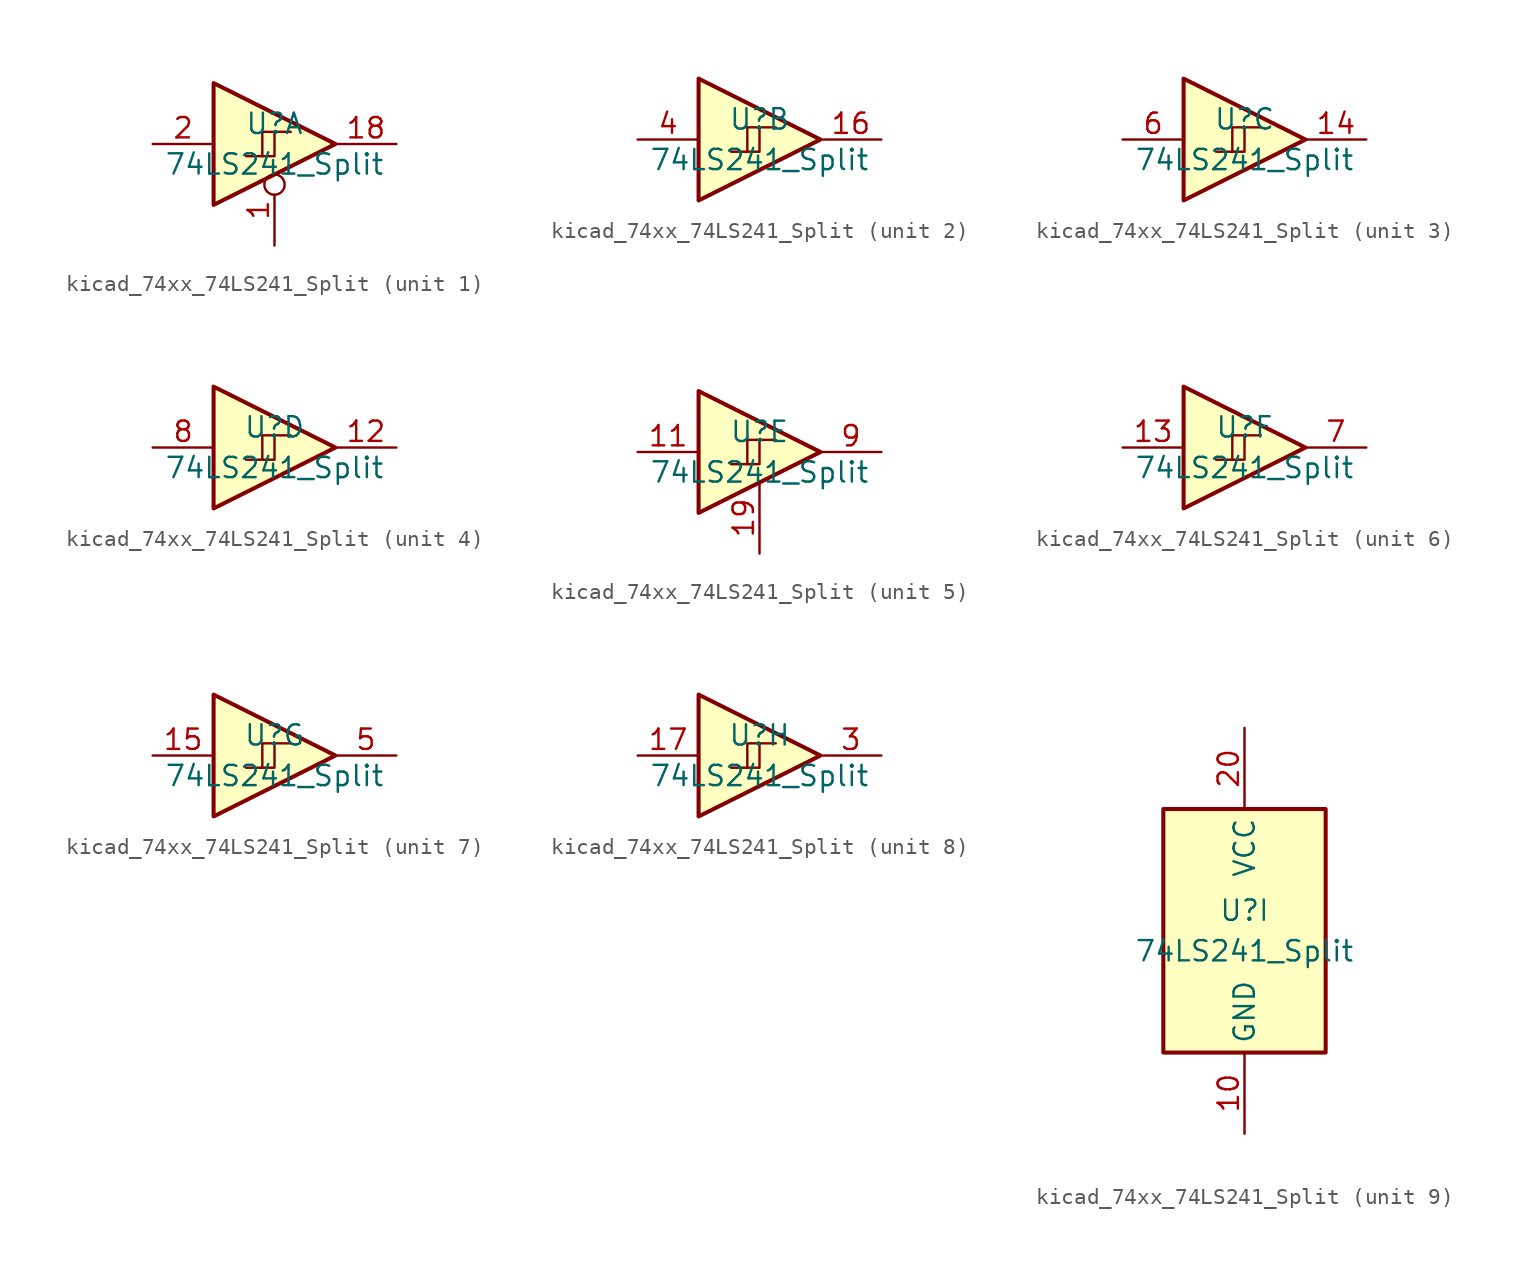
<source format=kicad_sym>
(kicad_symbol_lib
  (version 20220914)
  (generator kicad_symbol_editor)
  (symbol "kicad_74xx_74LS241_Split"
    (property "Reference" "U"
      (at 0 1.27 0)
      (effects (font (size 1.27 1.27))))
    (property "Value" "74LS241_Split"
      (at 0 -1.27 0)
      (effects (font (size 1.27 1.27))))
    (property "ki_locked" ""
      (at 0 0 0)
      (effects (font (size 1.27 1.27))))
    (symbol "kicad_74xx_74LS241_Split_1_0"
      (polyline (pts (xy -3.81 3.81) (xy -3.81 -3.81) (xy 3.81 0) (xy -3.81 3.81)) (stroke (width 0.254) (type default)) (fill (type background)))
      (pin input inverted (at 0 -6.35 90) (length 4.445) (name "~" (effects (font (size 1.27 1.27)))) (number "1" (effects (font (size 1.27 1.27)))))
      (pin tri_state line (at 7.62 0 180) (length 3.81) (name "~" (effects (font (size 1.27 1.27)))) (number "18" (effects (font (size 1.27 1.27)))))
      (pin input line (at -7.62 0 0) (length 3.81) (name "~" (effects (font (size 1.27 1.27)))) (number "2" (effects (font (size 1.27 1.27))))))
    (symbol "kicad_74xx_74LS241_Split_1_1"
      (polyline (pts (xy 0 0.762) (xy 0 -0.762) (xy -1.778 -0.762)) (stroke (width 0) (type default)) (fill (type none)))
      (polyline (pts (xy 1.016 0.762) (xy -0.762 0.762) (xy -0.762 -0.762)) (stroke (width 0) (type default)) (fill (type none))))
    (symbol "kicad_74xx_74LS241_Split_2_0"
      (polyline (pts (xy -3.81 3.81) (xy -3.81 -3.81) (xy 3.81 0) (xy -3.81 3.81)) (stroke (width 0.254) (type default)) (fill (type background)))
      (pin tri_state line (at 7.62 0 180) (length 3.81) (name "~" (effects (font (size 1.27 1.27)))) (number "16" (effects (font (size 1.27 1.27)))))
      (pin input line (at -7.62 0 0) (length 3.81) (name "~" (effects (font (size 1.27 1.27)))) (number "4" (effects (font (size 1.27 1.27))))))
    (symbol "kicad_74xx_74LS241_Split_2_1"
      (polyline (pts (xy 0 0.762) (xy 0 -0.762) (xy -1.778 -0.762)) (stroke (width 0) (type default)) (fill (type none)))
      (polyline (pts (xy 1.016 0.762) (xy -0.762 0.762) (xy -0.762 -0.762)) (stroke (width 0) (type default)) (fill (type none))))
    (symbol "kicad_74xx_74LS241_Split_3_0"
      (polyline (pts (xy -3.81 3.81) (xy -3.81 -3.81) (xy 3.81 0) (xy -3.81 3.81)) (stroke (width 0.254) (type default)) (fill (type background)))
      (pin tri_state line (at 7.62 0 180) (length 3.81) (name "~" (effects (font (size 1.27 1.27)))) (number "14" (effects (font (size 1.27 1.27)))))
      (pin input line (at -7.62 0 0) (length 3.81) (name "~" (effects (font (size 1.27 1.27)))) (number "6" (effects (font (size 1.27 1.27))))))
    (symbol "kicad_74xx_74LS241_Split_3_1"
      (polyline (pts (xy 0 0.762) (xy 0 -0.762) (xy -1.778 -0.762)) (stroke (width 0) (type default)) (fill (type none)))
      (polyline (pts (xy 1.016 0.762) (xy -0.762 0.762) (xy -0.762 -0.762)) (stroke (width 0) (type default)) (fill (type none))))
    (symbol "kicad_74xx_74LS241_Split_4_0"
      (polyline (pts (xy -3.81 3.81) (xy -3.81 -3.81) (xy 3.81 0) (xy -3.81 3.81)) (stroke (width 0.254) (type default)) (fill (type background)))
      (pin tri_state line (at 7.62 0 180) (length 3.81) (name "~" (effects (font (size 1.27 1.27)))) (number "12" (effects (font (size 1.27 1.27)))))
      (pin input line (at -7.62 0 0) (length 3.81) (name "~" (effects (font (size 1.27 1.27)))) (number "8" (effects (font (size 1.27 1.27))))))
    (symbol "kicad_74xx_74LS241_Split_4_1"
      (polyline (pts (xy 0 0.762) (xy 0 -0.762) (xy -1.778 -0.762)) (stroke (width 0) (type default)) (fill (type none)))
      (polyline (pts (xy 1.016 0.762) (xy -0.762 0.762) (xy -0.762 -0.762)) (stroke (width 0) (type default)) (fill (type none))))
    (symbol "kicad_74xx_74LS241_Split_5_0"
      (polyline (pts (xy -3.81 3.81) (xy -3.81 -3.81) (xy 3.81 0) (xy -3.81 3.81)) (stroke (width 0.254) (type default)) (fill (type background)))
      (pin input line (at -7.62 0 0) (length 3.81) (name "~" (effects (font (size 1.27 1.27)))) (number "11" (effects (font (size 1.27 1.27)))))
      (pin input line (at 0 -6.35 90) (length 4.445) (name "~" (effects (font (size 1.27 1.27)))) (number "19" (effects (font (size 1.27 1.27)))))
      (pin tri_state line (at 7.62 0 180) (length 3.81) (name "~" (effects (font (size 1.27 1.27)))) (number "9" (effects (font (size 1.27 1.27))))))
    (symbol "kicad_74xx_74LS241_Split_5_1"
      (polyline (pts (xy 0 0.762) (xy 0 -0.762) (xy -1.778 -0.762)) (stroke (width 0) (type default)) (fill (type none)))
      (polyline (pts (xy 1.016 0.762) (xy -0.762 0.762) (xy -0.762 -0.762)) (stroke (width 0) (type default)) (fill (type none))))
    (symbol "kicad_74xx_74LS241_Split_6_0"
      (polyline (pts (xy -3.81 3.81) (xy -3.81 -3.81) (xy 3.81 0) (xy -3.81 3.81)) (stroke (width 0.254) (type default)) (fill (type background)))
      (pin input line (at -7.62 0 0) (length 3.81) (name "~" (effects (font (size 1.27 1.27)))) (number "13" (effects (font (size 1.27 1.27)))))
      (pin tri_state line (at 7.62 0 180) (length 3.81) (name "~" (effects (font (size 1.27 1.27)))) (number "7" (effects (font (size 1.27 1.27))))))
    (symbol "kicad_74xx_74LS241_Split_6_1"
      (polyline (pts (xy 0 0.762) (xy 0 -0.762) (xy -1.778 -0.762)) (stroke (width 0) (type default)) (fill (type none)))
      (polyline (pts (xy 1.016 0.762) (xy -0.762 0.762) (xy -0.762 -0.762)) (stroke (width 0) (type default)) (fill (type none))))
    (symbol "kicad_74xx_74LS241_Split_7_0"
      (polyline (pts (xy -3.81 3.81) (xy -3.81 -3.81) (xy 3.81 0) (xy -3.81 3.81)) (stroke (width 0.254) (type default)) (fill (type background)))
      (pin input line (at -7.62 0 0) (length 3.81) (name "~" (effects (font (size 1.27 1.27)))) (number "15" (effects (font (size 1.27 1.27)))))
      (pin tri_state line (at 7.62 0 180) (length 3.81) (name "~" (effects (font (size 1.27 1.27)))) (number "5" (effects (font (size 1.27 1.27))))))
    (symbol "kicad_74xx_74LS241_Split_7_1"
      (polyline (pts (xy 0 0.762) (xy 0 -0.762) (xy -1.778 -0.762)) (stroke (width 0) (type default)) (fill (type none)))
      (polyline (pts (xy 1.016 0.762) (xy -0.762 0.762) (xy -0.762 -0.762)) (stroke (width 0) (type default)) (fill (type none))))
    (symbol "kicad_74xx_74LS241_Split_8_0"
      (polyline (pts (xy -3.81 3.81) (xy -3.81 -3.81) (xy 3.81 0) (xy -3.81 3.81)) (stroke (width 0.254) (type default)) (fill (type background)))
      (pin input line (at -7.62 0 0) (length 3.81) (name "~" (effects (font (size 1.27 1.27)))) (number "17" (effects (font (size 1.27 1.27)))))
      (pin tri_state line (at 7.62 0 180) (length 3.81) (name "~" (effects (font (size 1.27 1.27)))) (number "3" (effects (font (size 1.27 1.27))))))
    (symbol "kicad_74xx_74LS241_Split_8_1"
      (polyline (pts (xy 0 0.762) (xy 0 -0.762) (xy -1.778 -0.762)) (stroke (width 0) (type default)) (fill (type none)))
      (polyline (pts (xy 1.016 0.762) (xy -0.762 0.762) (xy -0.762 -0.762)) (stroke (width 0) (type default)) (fill (type none))))
    (symbol "kicad_74xx_74LS241_Split_9_0"
      (pin power_in line (at 0 -12.7 90) (length 5.08) (name "GND" (effects (font (size 1.27 1.27)))) (number "10" (effects (font (size 1.27 1.27)))))
      (pin power_in line (at 0 12.7 270) (length 5.08) (name "VCC" (effects (font (size 1.27 1.27)))) (number "20" (effects (font (size 1.27 1.27))))))
    (symbol "kicad_74xx_74LS241_Split_9_1"
      (rectangle (start -5.08 7.62) (end 5.08 -7.62) (stroke (width 0.254) (type default)) (fill (type background))))))
</source>
